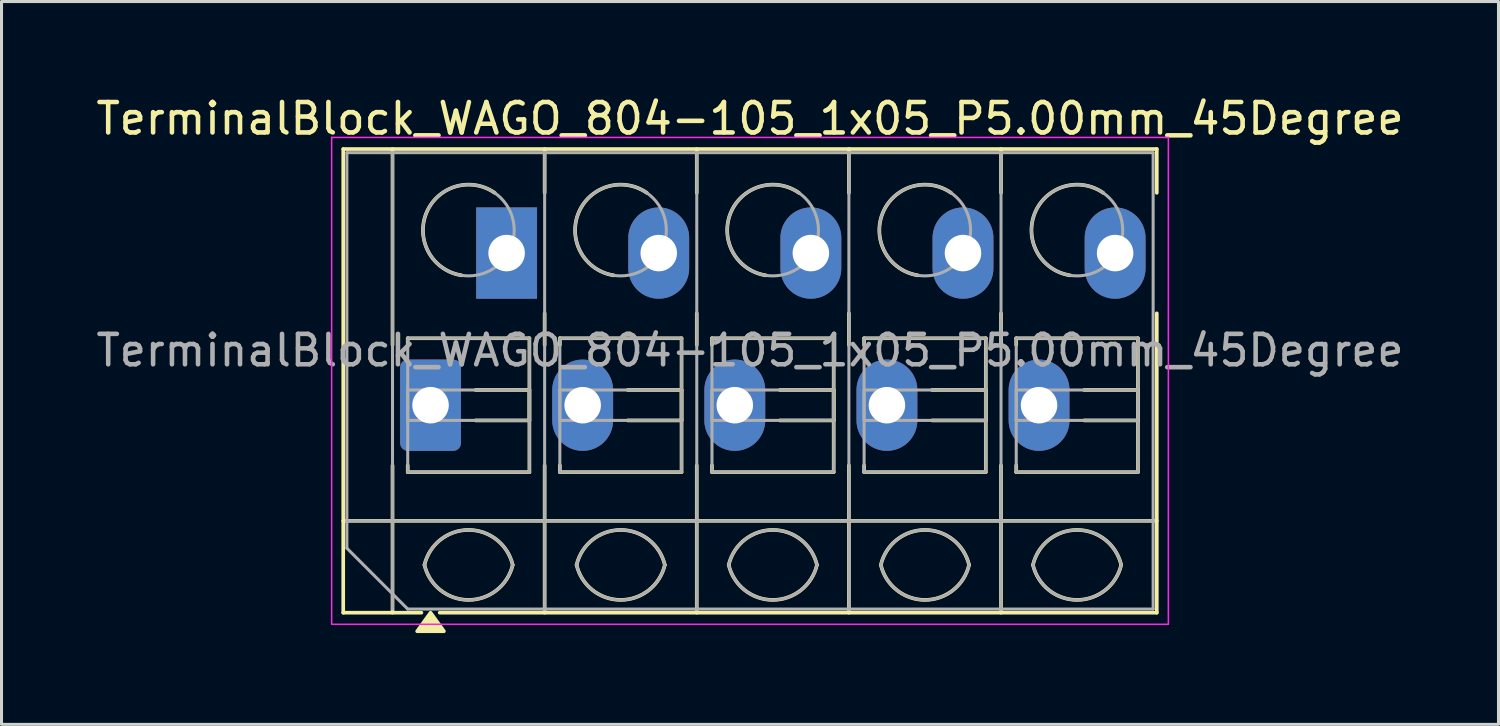
<source format=kicad_pcb>
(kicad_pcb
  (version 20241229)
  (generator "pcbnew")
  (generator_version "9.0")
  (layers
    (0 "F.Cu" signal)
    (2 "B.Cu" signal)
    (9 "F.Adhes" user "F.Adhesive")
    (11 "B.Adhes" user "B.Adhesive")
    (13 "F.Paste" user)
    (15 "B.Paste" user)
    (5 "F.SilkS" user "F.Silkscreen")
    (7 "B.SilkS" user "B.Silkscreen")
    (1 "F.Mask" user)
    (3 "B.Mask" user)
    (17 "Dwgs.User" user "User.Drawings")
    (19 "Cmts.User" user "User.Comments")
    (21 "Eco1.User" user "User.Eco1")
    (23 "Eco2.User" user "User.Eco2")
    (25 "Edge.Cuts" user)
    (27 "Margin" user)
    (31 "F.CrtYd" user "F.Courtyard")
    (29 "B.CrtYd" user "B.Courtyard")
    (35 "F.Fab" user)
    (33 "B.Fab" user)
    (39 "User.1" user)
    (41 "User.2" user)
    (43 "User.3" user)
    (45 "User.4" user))
  (footprint "TerminalBlock_WAGO_804-105_1x05_P5.00mm_45Degree"
    (layer "F.Cu")
    (at 11.101 10.268)
    (property "Reference" "TerminalBlock_WAGO_804-105_1x05_P5.00mm_45Degree" (at 10.5 -9.42 0) (layer "F.SilkS") (effects (font (size 1 1) (thickness 0.15))))
    (attr through_hole)
    (fp_line (start -2.87 -8.42) (end -2.87 6.82) (stroke (width 0.12) (type solid)) (layer "F.SilkS"))
    (fp_line (start -2.87 -8.42) (end 23.87 -8.42) (stroke (width 0.12) (type solid)) (layer "F.SilkS"))
    (fp_line (start -2.87 3.8) (end 23.87 3.8) (stroke (width 0.12) (type solid)) (layer "F.SilkS"))
    (fp_line (start -2.87 6.82) (end -0.3 6.82) (stroke (width 0.12) (type solid)) (layer "F.SilkS"))
    (fp_line (start -1.25 -8.42) (end -1.25 -1.98) (stroke (width 0.12) (type solid)) (layer "F.SilkS"))
    (fp_line (start -1.25 1.98) (end -1.25 6.82) (stroke (width 0.12) (type solid)) (layer "F.SilkS"))
    (fp_line (start -0.75 -2.2) (end -0.75 -1.98) (stroke (width 0.12) (type solid)) (layer "F.SilkS"))
    (fp_line (start -0.75 -2.2) (end 3.25 -2.2) (stroke (width 0.12) (type solid)) (layer "F.SilkS"))
    (fp_line (start -0.75 1.98) (end -0.75 2.2) (stroke (width 0.12) (type solid)) (layer "F.SilkS"))
    (fp_line (start -0.75 2.2) (end 3.25 2.2) (stroke (width 0.12) (type solid)) (layer "F.SilkS"))
    (fp_line (start 0.3 6.82) (end 23.87 6.82) (stroke (width 0.12) (type solid)) (layer "F.SilkS"))
    (fp_line (start 1.48 -0.5) (end 3.25 -0.5) (stroke (width 0.12) (type solid)) (layer "F.SilkS"))
    (fp_line (start 1.48 0.5) (end 3.25 0.5) (stroke (width 0.12) (type solid)) (layer "F.SilkS"))
    (fp_line (start 3.25 -2.2) (end 3.25 2.2) (stroke (width 0.12) (type solid)) (layer "F.SilkS"))
    (fp_line (start 3.25 -0.5) (end 3.25 0.5) (stroke (width 0.12) (type solid)) (layer "F.SilkS"))
    (fp_line (start 3.75 -8.42) (end 3.75 -6.98) (stroke (width 0.12) (type solid)) (layer "F.SilkS"))
    (fp_line (start 3.75 -3.02) (end 3.75 -1.98) (stroke (width 0.12) (type solid)) (layer "F.SilkS"))
    (fp_line (start 3.75 1.98) (end 3.75 6.82) (stroke (width 0.12) (type solid)) (layer "F.SilkS"))
    (fp_line (start 4.25 -2.2) (end 4.25 -1.98) (stroke (width 0.12) (type solid)) (layer "F.SilkS"))
    (fp_line (start 4.25 -2.2) (end 8.25 -2.2) (stroke (width 0.12) (type solid)) (layer "F.SilkS"))
    (fp_line (start 4.25 1.98) (end 4.25 2.2) (stroke (width 0.12) (type solid)) (layer "F.SilkS"))
    (fp_line (start 4.25 2.2) (end 8.25 2.2) (stroke (width 0.12) (type solid)) (layer "F.SilkS"))
    (fp_line (start 6.48 -0.5) (end 8.25 -0.5) (stroke (width 0.12) (type solid)) (layer "F.SilkS"))
    (fp_line (start 6.48 0.5) (end 8.25 0.5) (stroke (width 0.12) (type solid)) (layer "F.SilkS"))
    (fp_line (start 8.25 -2.2) (end 8.25 2.2) (stroke (width 0.12) (type solid)) (layer "F.SilkS"))
    (fp_line (start 8.25 -0.5) (end 8.25 0.5) (stroke (width 0.12) (type solid)) (layer "F.SilkS"))
    (fp_line (start 8.75 -8.42) (end 8.75 -6.98) (stroke (width 0.12) (type solid)) (layer "F.SilkS"))
    (fp_line (start 8.75 -3.02) (end 8.75 -1.98) (stroke (width 0.12) (type solid)) (layer "F.SilkS"))
    (fp_line (start 8.75 1.98) (end 8.75 6.82) (stroke (width 0.12) (type solid)) (layer "F.SilkS"))
    (fp_line (start 9.25 -2.2) (end 9.25 -1.98) (stroke (width 0.12) (type solid)) (layer "F.SilkS"))
    (fp_line (start 9.25 -2.2) (end 13.25 -2.2) (stroke (width 0.12) (type solid)) (layer "F.SilkS"))
    (fp_line (start 9.25 1.98) (end 9.25 2.2) (stroke (width 0.12) (type solid)) (layer "F.SilkS"))
    (fp_line (start 9.25 2.2) (end 13.25 2.2) (stroke (width 0.12) (type solid)) (layer "F.SilkS"))
    (fp_line (start 11.48 -0.5) (end 13.25 -0.5) (stroke (width 0.12) (type solid)) (layer "F.SilkS"))
    (fp_line (start 11.48 0.5) (end 13.25 0.5) (stroke (width 0.12) (type solid)) (layer "F.SilkS"))
    (fp_line (start 13.25 -2.2) (end 13.25 2.2) (stroke (width 0.12) (type solid)) (layer "F.SilkS"))
    (fp_line (start 13.25 -0.5) (end 13.25 0.5) (stroke (width 0.12) (type solid)) (layer "F.SilkS"))
    (fp_line (start 13.75 -8.42) (end 13.75 -6.98) (stroke (width 0.12) (type solid)) (layer "F.SilkS"))
    (fp_line (start 13.75 -3.02) (end 13.75 -1.98) (stroke (width 0.12) (type solid)) (layer "F.SilkS"))
    (fp_line (start 13.75 1.98) (end 13.75 6.82) (stroke (width 0.12) (type solid)) (layer "F.SilkS"))
    (fp_line (start 14.25 -2.2) (end 14.25 -1.98) (stroke (width 0.12) (type solid)) (layer "F.SilkS"))
    (fp_line (start 14.25 -2.2) (end 18.25 -2.2) (stroke (width 0.12) (type solid)) (layer "F.SilkS"))
    (fp_line (start 14.25 1.98) (end 14.25 2.2) (stroke (width 0.12) (type solid)) (layer "F.SilkS"))
    (fp_line (start 14.25 2.2) (end 18.25 2.2) (stroke (width 0.12) (type solid)) (layer "F.SilkS"))
    (fp_line (start 16.48 -0.5) (end 18.25 -0.5) (stroke (width 0.12) (type solid)) (layer "F.SilkS"))
    (fp_line (start 16.48 0.5) (end 18.25 0.5) (stroke (width 0.12) (type solid)) (layer "F.SilkS"))
    (fp_line (start 18.25 -2.2) (end 18.25 2.2) (stroke (width 0.12) (type solid)) (layer "F.SilkS"))
    (fp_line (start 18.25 -0.5) (end 18.25 0.5) (stroke (width 0.12) (type solid)) (layer "F.SilkS"))
    (fp_line (start 18.75 -8.42) (end 18.75 -6.98) (stroke (width 0.12) (type solid)) (layer "F.SilkS"))
    (fp_line (start 18.75 -3.02) (end 18.75 -1.98) (stroke (width 0.12) (type solid)) (layer "F.SilkS"))
    (fp_line (start 18.75 1.98) (end 18.75 6.82) (stroke (width 0.12) (type solid)) (layer "F.SilkS"))
    (fp_line (start 19.25 -2.2) (end 19.25 -1.98) (stroke (width 0.12) (type solid)) (layer "F.SilkS"))
    (fp_line (start 19.25 -2.2) (end 23.25 -2.2) (stroke (width 0.12) (type solid)) (layer "F.SilkS"))
    (fp_line (start 19.25 1.98) (end 19.25 2.2) (stroke (width 0.12) (type solid)) (layer "F.SilkS"))
    (fp_line (start 19.25 2.2) (end 23.25 2.2) (stroke (width 0.12) (type solid)) (layer "F.SilkS"))
    (fp_line (start 21.48 -0.5) (end 23.25 -0.5) (stroke (width 0.12) (type solid)) (layer "F.SilkS"))
    (fp_line (start 21.48 0.5) (end 23.25 0.5) (stroke (width 0.12) (type solid)) (layer "F.SilkS"))
    (fp_line (start 23.25 -2.2) (end 23.25 2.2) (stroke (width 0.12) (type solid)) (layer "F.SilkS"))
    (fp_line (start 23.25 -0.5) (end 23.25 0.5) (stroke (width 0.12) (type solid)) (layer "F.SilkS"))
    (fp_line (start 23.87 -8.42) (end 23.87 -6.98) (stroke (width 0.12) (type solid)) (layer "F.SilkS"))
    (fp_line (start 23.87 -3.02) (end 23.87 6.82) (stroke (width 0.12) (type solid)) (layer "F.SilkS"))
    (fp_arc (start -0.199942 5.249753) (mid 1.250127 4.099899) (end 2.7 5.25) (stroke (width 0.12) (type solid)) (layer "F.SilkS"))
    (fp_arc (start 1.02 -4.268) (mid -0.141815 -6.308637) (end 2.10843 -6.979765) (stroke (width 0.12) (type solid)) (layer "F.SilkS"))
    (fp_arc (start 2.7 5.25) (mid 1.250127 6.400101) (end -0.199942 5.250247) (stroke (width 0.12) (type solid)) (layer "F.SilkS"))
    (fp_arc (start 4.800058 5.249753) (mid 6.250127 4.099899) (end 7.7 5.25) (stroke (width 0.12) (type solid)) (layer "F.SilkS"))
    (fp_arc (start 6.02 -4.268) (mid 4.858185 -6.308637) (end 7.10843 -6.979765) (stroke (width 0.12) (type solid)) (layer "F.SilkS"))
    (fp_arc (start 7.7 5.25) (mid 6.250127 6.400101) (end 4.800058 5.250247) (stroke (width 0.12) (type solid)) (layer "F.SilkS"))
    (fp_arc (start 9.800058 5.249753) (mid 11.250127 4.099899) (end 12.7 5.25) (stroke (width 0.12) (type solid)) (layer "F.SilkS"))
    (fp_arc (start 11.02 -4.268) (mid 9.858185 -6.308637) (end 12.10843 -6.979765) (stroke (width 0.12) (type solid)) (layer "F.SilkS"))
    (fp_arc (start 12.7 5.25) (mid 11.250127 6.400101) (end 9.800058 5.250247) (stroke (width 0.12) (type solid)) (layer "F.SilkS"))
    (fp_arc (start 14.800058 5.249753) (mid 16.250127 4.099899) (end 17.7 5.25) (stroke (width 0.12) (type solid)) (layer "F.SilkS"))
    (fp_arc (start 16.02 -4.268) (mid 14.858185 -6.308637) (end 17.10843 -6.979765) (stroke (width 0.12) (type solid)) (layer "F.SilkS"))
    (fp_arc (start 17.7 5.25) (mid 16.250127 6.400101) (end 14.800058 5.250247) (stroke (width 0.12) (type solid)) (layer "F.SilkS"))
    (fp_arc (start 19.800058 5.249753) (mid 21.250127 4.099899) (end 22.7 5.25) (stroke (width 0.12) (type solid)) (layer "F.SilkS"))
    (fp_arc (start 21.02 -4.268) (mid 19.858185 -6.308637) (end 22.10843 -6.979765) (stroke (width 0.12) (type solid)) (layer "F.SilkS"))
    (fp_arc (start 22.7 5.25) (mid 21.250127 6.400101) (end 19.800058 5.250247) (stroke (width 0.12) (type solid)) (layer "F.SilkS"))
    (fp_poly (pts (xy 0 6.82) (xy 0.44 7.43) (xy -0.44 7.43)) (stroke (width 0.12) (type solid)) (fill yes) (layer "F.SilkS"))
    (fp_line (start -3.25 -8.8) (end -3.25 7.2) (stroke (width 0.05) (type solid)) (layer "F.CrtYd"))
    (fp_line (start -3.25 7.2) (end 24.25 7.2) (stroke (width 0.05) (type solid)) (layer "F.CrtYd"))
    (fp_line (start 24.25 -8.8) (end -3.25 -8.8) (stroke (width 0.05) (type solid)) (layer "F.CrtYd"))
    (fp_line (start 24.25 7.2) (end 24.25 -8.8) (stroke (width 0.05) (type solid)) (layer "F.CrtYd"))
    (fp_line (start -2.75 -8.3) (end 23.75 -8.3) (stroke (width 0.1) (type solid)) (layer "F.Fab"))
    (fp_line (start -2.75 3.8) (end 23.75 3.8) (stroke (width 0.1) (type solid)) (layer "F.Fab"))
    (fp_line (start -2.75 4.7) (end -2.75 -8.3) (stroke (width 0.1) (type solid)) (layer "F.Fab"))
    (fp_line (start -1.25 -8.3) (end -1.25 6.7) (stroke (width 0.1) (type solid)) (layer "F.Fab"))
    (fp_line (start -0.75 -2.2) (end -0.75 2.2) (stroke (width 0.1) (type solid)) (layer "F.Fab"))
    (fp_line (start -0.75 -0.5) (end -0.75 0.5) (stroke (width 0.1) (type solid)) (layer "F.Fab"))
    (fp_line (start -0.75 0.5) (end 3.25 0.5) (stroke (width 0.1) (type solid)) (layer "F.Fab"))
    (fp_line (start -0.75 2.2) (end 3.25 2.2) (stroke (width 0.1) (type solid)) (layer "F.Fab"))
    (fp_line (start -0.75 6.7) (end -2.75 4.7) (stroke (width 0.1) (type solid)) (layer "F.Fab"))
    (fp_line (start 3.25 -2.2) (end -0.75 -2.2) (stroke (width 0.1) (type solid)) (layer "F.Fab"))
    (fp_line (start 3.25 -0.5) (end -0.75 -0.5) (stroke (width 0.1) (type solid)) (layer "F.Fab"))
    (fp_line (start 3.25 0.5) (end 3.25 -0.5) (stroke (width 0.1) (type solid)) (layer "F.Fab"))
    (fp_line (start 3.25 2.2) (end 3.25 -2.2) (stroke (width 0.1) (type solid)) (layer "F.Fab"))
    (fp_line (start 3.75 -8.3) (end 3.75 6.7) (stroke (width 0.1) (type solid)) (layer "F.Fab"))
    (fp_line (start 4.25 -2.2) (end 4.25 2.2) (stroke (width 0.1) (type solid)) (layer "F.Fab"))
    (fp_line (start 4.25 -0.5) (end 4.25 0.5) (stroke (width 0.1) (type solid)) (layer "F.Fab"))
    (fp_line (start 4.25 0.5) (end 8.25 0.5) (stroke (width 0.1) (type solid)) (layer "F.Fab"))
    (fp_line (start 4.25 2.2) (end 8.25 2.2) (stroke (width 0.1) (type solid)) (layer "F.Fab"))
    (fp_line (start 8.25 -2.2) (end 4.25 -2.2) (stroke (width 0.1) (type solid)) (layer "F.Fab"))
    (fp_line (start 8.25 -0.5) (end 4.25 -0.5) (stroke (width 0.1) (type solid)) (layer "F.Fab"))
    (fp_line (start 8.25 0.5) (end 8.25 -0.5) (stroke (width 0.1) (type solid)) (layer "F.Fab"))
    (fp_line (start 8.25 2.2) (end 8.25 -2.2) (stroke (width 0.1) (type solid)) (layer "F.Fab"))
    (fp_line (start 8.75 -8.3) (end 8.75 6.7) (stroke (width 0.1) (type solid)) (layer "F.Fab"))
    (fp_line (start 9.25 -2.2) (end 9.25 2.2) (stroke (width 0.1) (type solid)) (layer "F.Fab"))
    (fp_line (start 9.25 -0.5) (end 9.25 0.5) (stroke (width 0.1) (type solid)) (layer "F.Fab"))
    (fp_line (start 9.25 0.5) (end 13.25 0.5) (stroke (width 0.1) (type solid)) (layer "F.Fab"))
    (fp_line (start 9.25 2.2) (end 13.25 2.2) (stroke (width 0.1) (type solid)) (layer "F.Fab"))
    (fp_line (start 13.25 -2.2) (end 9.25 -2.2) (stroke (width 0.1) (type solid)) (layer "F.Fab"))
    (fp_line (start 13.25 -0.5) (end 9.25 -0.5) (stroke (width 0.1) (type solid)) (layer "F.Fab"))
    (fp_line (start 13.25 0.5) (end 13.25 -0.5) (stroke (width 0.1) (type solid)) (layer "F.Fab"))
    (fp_line (start 13.25 2.2) (end 13.25 -2.2) (stroke (width 0.1) (type solid)) (layer "F.Fab"))
    (fp_line (start 13.75 -8.3) (end 13.75 6.7) (stroke (width 0.1) (type solid)) (layer "F.Fab"))
    (fp_line (start 14.25 -2.2) (end 14.25 2.2) (stroke (width 0.1) (type solid)) (layer "F.Fab"))
    (fp_line (start 14.25 -0.5) (end 14.25 0.5) (stroke (width 0.1) (type solid)) (layer "F.Fab"))
    (fp_line (start 14.25 0.5) (end 18.25 0.5) (stroke (width 0.1) (type solid)) (layer "F.Fab"))
    (fp_line (start 14.25 2.2) (end 18.25 2.2) (stroke (width 0.1) (type solid)) (layer "F.Fab"))
    (fp_line (start 18.25 -2.2) (end 14.25 -2.2) (stroke (width 0.1) (type solid)) (layer "F.Fab"))
    (fp_line (start 18.25 -0.5) (end 14.25 -0.5) (stroke (width 0.1) (type solid)) (layer "F.Fab"))
    (fp_line (start 18.25 0.5) (end 18.25 -0.5) (stroke (width 0.1) (type solid)) (layer "F.Fab"))
    (fp_line (start 18.25 2.2) (end 18.25 -2.2) (stroke (width 0.1) (type solid)) (layer "F.Fab"))
    (fp_line (start 18.75 -8.3) (end 18.75 6.7) (stroke (width 0.1) (type solid)) (layer "F.Fab"))
    (fp_line (start 19.25 -2.2) (end 19.25 2.2) (stroke (width 0.1) (type solid)) (layer "F.Fab"))
    (fp_line (start 19.25 -0.5) (end 19.25 0.5) (stroke (width 0.1) (type solid)) (layer "F.Fab"))
    (fp_line (start 19.25 0.5) (end 23.25 0.5) (stroke (width 0.1) (type solid)) (layer "F.Fab"))
    (fp_line (start 19.25 2.2) (end 23.25 2.2) (stroke (width 0.1) (type solid)) (layer "F.Fab"))
    (fp_line (start 23.25 -2.2) (end 19.25 -2.2) (stroke (width 0.1) (type solid)) (layer "F.Fab"))
    (fp_line (start 23.25 -0.5) (end 19.25 -0.5) (stroke (width 0.1) (type solid)) (layer "F.Fab"))
    (fp_line (start 23.25 0.5) (end 23.25 -0.5) (stroke (width 0.1) (type solid)) (layer "F.Fab"))
    (fp_line (start 23.25 2.2) (end 23.25 -2.2) (stroke (width 0.1) (type solid)) (layer "F.Fab"))
    (fp_line (start 23.75 -8.3) (end 23.75 6.7) (stroke (width 0.1) (type solid)) (layer "F.Fab"))
    (fp_line (start 23.75 6.7) (end -0.75 6.7) (stroke (width 0.1) (type solid)) (layer "F.Fab"))
    (fp_arc (start -0.200386 5.251649) (mid 1.249153 4.100672) (end 2.7 5.25) (stroke (width 0.1) (type solid)) (layer "F.Fab"))
    (fp_arc (start 2.7 5.25) (mid 1.250127 6.400101) (end -0.199942 5.250247) (stroke (width 0.1) (type solid)) (layer "F.Fab"))
    (fp_arc (start 4.799614 5.251649) (mid 6.249153 4.100672) (end 7.7 5.25) (stroke (width 0.1) (type solid)) (layer "F.Fab"))
    (fp_arc (start 7.7 5.25) (mid 6.250127 6.400101) (end 4.800058 5.250247) (stroke (width 0.1) (type solid)) (layer "F.Fab"))
    (fp_arc (start 9.799614 5.251649) (mid 11.249153 4.100672) (end 12.7 5.25) (stroke (width 0.1) (type solid)) (layer "F.Fab"))
    (fp_arc (start 12.7 5.25) (mid 11.250127 6.400101) (end 9.800058 5.250247) (stroke (width 0.1) (type solid)) (layer "F.Fab"))
    (fp_arc (start 14.799614 5.251649) (mid 16.249153 4.100672) (end 17.7 5.25) (stroke (width 0.1) (type solid)) (layer "F.Fab"))
    (fp_arc (start 17.7 5.25) (mid 16.250127 6.400101) (end 14.800058 5.250247) (stroke (width 0.1) (type solid)) (layer "F.Fab"))
    (fp_arc (start 19.799614 5.251649) (mid 21.249153 4.100672) (end 22.7 5.25) (stroke (width 0.1) (type solid)) (layer "F.Fab"))
    (fp_arc (start 22.7 5.25) (mid 21.250127 6.400101) (end 19.800058 5.250247) (stroke (width 0.1) (type solid)) (layer "F.Fab"))
    (fp_circle (center 1.25 -5.75) (end 2.75 -5.75) (stroke (width 0.1) (type solid)) (fill no) (layer "F.Fab"))
    (fp_circle (center 6.25 -5.75) (end 7.75 -5.75) (stroke (width 0.1) (type solid)) (fill no) (layer "F.Fab"))
    (fp_circle (center 11.25 -5.75) (end 12.75 -5.75) (stroke (width 0.1) (type solid)) (fill no) (layer "F.Fab"))
    (fp_circle (center 16.25 -5.75) (end 17.75 -5.75) (stroke (width 0.1) (type solid)) (fill no) (layer "F.Fab"))
    (fp_circle (center 21.25 -5.75) (end 22.75 -5.75) (stroke (width 0.1) (type solid)) (fill no) (layer "F.Fab"))
    (fp_text user "${REFERENCE}" (at 10.5 -1.8 0) (layer "F.Fab") (effects (font (size 1 1) (thickness 0.15))))
    (pad "1" thru_hole roundrect (at 0 0) (size 2 3) (drill 1.2) (layers "*.Cu" "*.Mask") (roundrect_rratio 0.125))
    (pad "1" thru_hole rect (at 2.5 -5) (size 2 3) (drill 1.2) (layers "*.Cu" "*.Mask"))
    (pad "2" thru_hole oval (at 5 0) (size 2 3) (drill 1.2) (layers "*.Cu" "*.Mask"))
    (pad "2" thru_hole oval (at 7.5 -5) (size 2 3) (drill 1.2) (layers "*.Cu" "*.Mask"))
    (pad "3" thru_hole oval (at 10 0) (size 2 3) (drill 1.2) (layers "*.Cu" "*.Mask"))
    (pad "3" thru_hole oval (at 12.5 -5) (size 2 3) (drill 1.2) (layers "*.Cu" "*.Mask"))
    (pad "4" thru_hole oval (at 15 0) (size 2 3) (drill 1.2) (layers "*.Cu" "*.Mask"))
    (pad "4" thru_hole oval (at 17.5 -5) (size 2 3) (drill 1.2) (layers "*.Cu" "*.Mask"))
    (pad "5" thru_hole oval (at 20 0) (size 2 3) (drill 1.2) (layers "*.Cu" "*.Mask"))
    (pad "5" thru_hole oval (at 22.5 -5) (size 2 3) (drill 1.2) (layers "*.Cu" "*.Mask")))
  (gr_rect
    (start -3 -3)
    (end 46.202 20.758)
    (stroke (width 0.1) (type default))
    (fill no)
    (layer "Edge.Cuts")))
</source>
